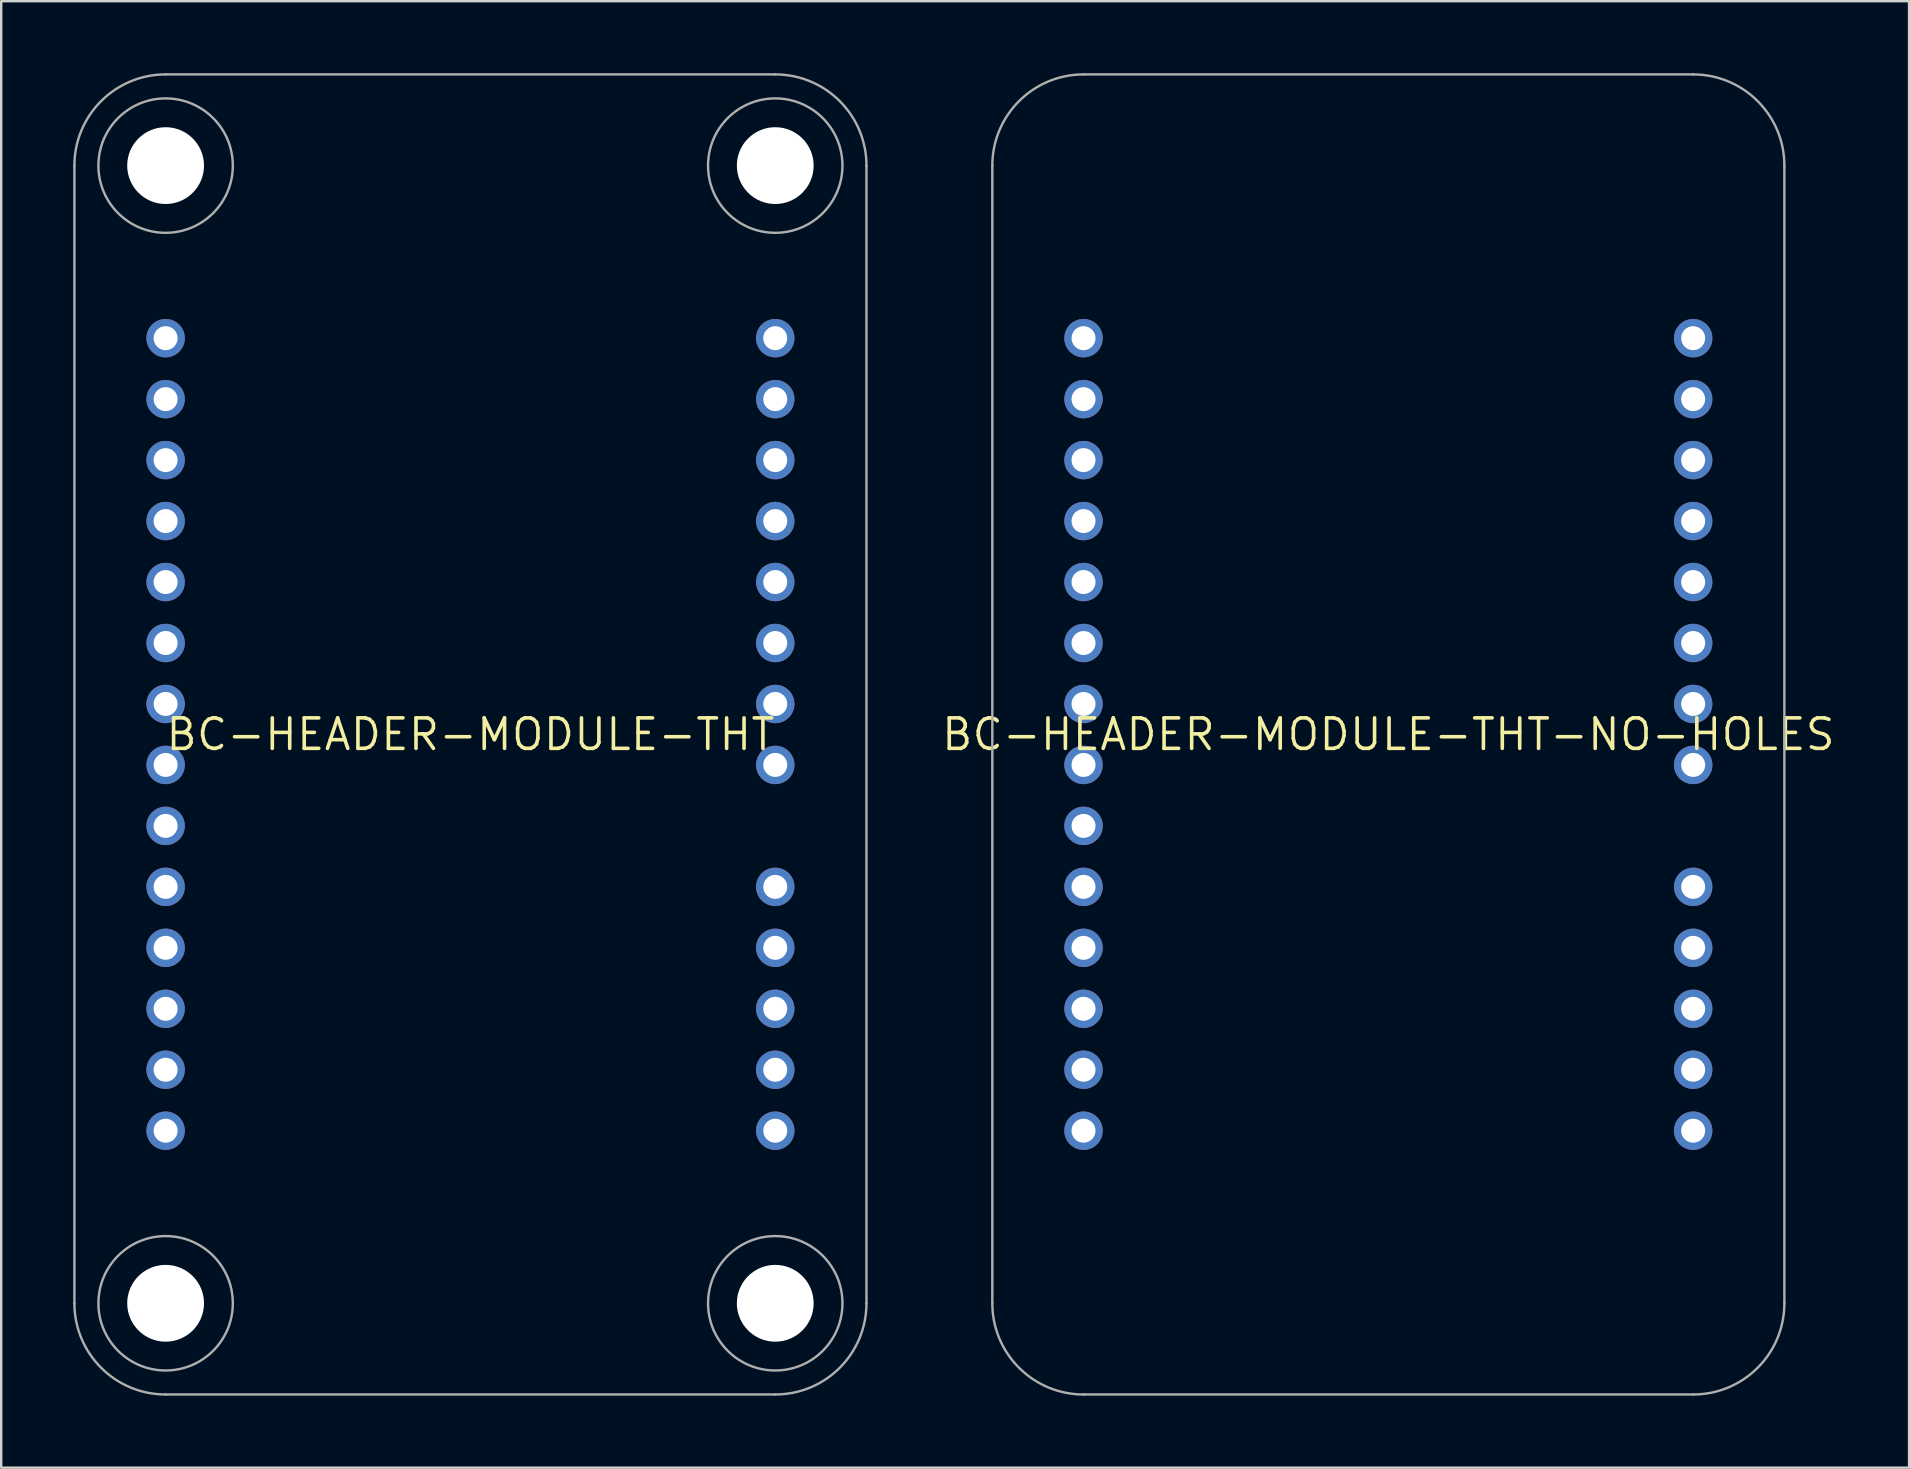
<source format=kicad_pcb>
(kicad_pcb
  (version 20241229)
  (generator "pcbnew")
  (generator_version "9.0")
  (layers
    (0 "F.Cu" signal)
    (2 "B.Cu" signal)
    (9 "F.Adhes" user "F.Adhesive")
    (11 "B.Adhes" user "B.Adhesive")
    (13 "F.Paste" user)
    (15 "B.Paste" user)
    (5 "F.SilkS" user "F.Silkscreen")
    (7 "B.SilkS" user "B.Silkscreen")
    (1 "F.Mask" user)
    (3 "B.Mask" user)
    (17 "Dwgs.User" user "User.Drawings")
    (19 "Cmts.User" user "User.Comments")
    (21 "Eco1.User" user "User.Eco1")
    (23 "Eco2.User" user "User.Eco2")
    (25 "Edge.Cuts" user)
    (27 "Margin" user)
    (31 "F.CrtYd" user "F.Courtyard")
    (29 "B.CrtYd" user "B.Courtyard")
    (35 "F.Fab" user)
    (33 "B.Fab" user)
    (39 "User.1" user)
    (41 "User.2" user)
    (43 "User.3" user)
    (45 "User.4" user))
  (footprint "BC-HEADER-MODULE-THT-NO-HOLES"
    (layer "F.Cu")
    (at 54.794 27.55)
    (property "Reference" "BC-HEADER-MODULE-THT-NO-HOLES" (at 0 0 0) (unlocked yes) (layer "F.SilkS") (effects (font (size 1.27 1.27) (thickness 0.15))))
    (fp_line (start -16.5 23.7) (end -16.5 -23.7) (stroke (width 0.1) (type solid)) (layer "F.Fab"))
    (fp_line (start -12.7 -27.5) (end 12.7 -27.5) (stroke (width 0.1) (type solid)) (layer "F.Fab"))
    (fp_line (start 12.7 27.5) (end -12.7 27.5) (stroke (width 0.1) (type solid)) (layer "F.Fab"))
    (fp_line (start 16.5 -23.7) (end 16.5 23.7) (stroke (width 0.1) (type solid)) (layer "F.Fab"))
    (fp_arc (start -16.5 -23.7) (mid -15.387006 -26.387006) (end -12.7 -27.5) (stroke (width 0.1) (type solid)) (layer "F.Fab"))
    (fp_arc (start -12.7 27.5) (mid -15.387006 26.387006) (end -16.5 23.7) (stroke (width 0.1) (type solid)) (layer "F.Fab"))
    (fp_arc (start 12.7 -27.5) (mid 15.387006 -26.387006) (end 16.5 -23.7) (stroke (width 0.1) (type solid)) (layer "F.Fab"))
    (fp_arc (start 16.5 23.7) (mid 15.387006 26.387006) (end 12.7 27.5) (stroke (width 0.1) (type solid)) (layer "F.Fab"))
    (pad "1" thru_hole circle (at -12.7 -16.51) (size 1.6 1.6) (drill 1) (layers "*.Cu" "*.Mask"))
    (pad "2" thru_hole circle (at -12.7 -13.97) (size 1.6 1.6) (drill 1) (layers "*.Cu" "*.Mask"))
    (pad "3" thru_hole circle (at -12.7 -11.43) (size 1.6 1.6) (drill 1) (layers "*.Cu" "*.Mask"))
    (pad "4" thru_hole circle (at -12.7 -8.89) (size 1.6 1.6) (drill 1) (layers "*.Cu" "*.Mask"))
    (pad "5" thru_hole circle (at -12.7 -6.35) (size 1.6 1.6) (drill 1) (layers "*.Cu" "*.Mask"))
    (pad "6" thru_hole circle (at -12.7 -3.81) (size 1.6 1.6) (drill 1) (layers "*.Cu" "*.Mask"))
    (pad "7" thru_hole circle (at -12.7 -1.27) (size 1.6 1.6) (drill 1) (layers "*.Cu" "*.Mask"))
    (pad "8" thru_hole circle (at -12.7 1.27) (size 1.6 1.6) (drill 1) (layers "*.Cu" "*.Mask"))
    (pad "9" thru_hole circle (at -12.7 3.81) (size 1.6 1.6) (drill 1) (layers "*.Cu" "*.Mask"))
    (pad "10" thru_hole circle (at -12.7 6.35) (size 1.6 1.6) (drill 1) (layers "*.Cu" "*.Mask"))
    (pad "11" thru_hole circle (at -12.7 8.89) (size 1.6 1.6) (drill 1) (layers "*.Cu" "*.Mask"))
    (pad "12" thru_hole circle (at -12.7 11.43) (size 1.6 1.6) (drill 1) (layers "*.Cu" "*.Mask"))
    (pad "13" thru_hole circle (at -12.7 13.97) (size 1.6 1.6) (drill 1) (layers "*.Cu" "*.Mask"))
    (pad "14" thru_hole circle (at -12.7 16.51) (size 1.6 1.6) (drill 1) (layers "*.Cu" "*.Mask"))
    (pad "15" thru_hole circle (at 12.7 16.51 180) (size 1.6 1.6) (drill 1) (layers "*.Cu" "*.Mask"))
    (pad "16" thru_hole circle (at 12.7 13.97 180) (size 1.6 1.6) (drill 1) (layers "*.Cu" "*.Mask"))
    (pad "17" thru_hole circle (at 12.7 11.43 180) (size 1.6 1.6) (drill 1) (layers "*.Cu" "*.Mask"))
    (pad "18" thru_hole circle (at 12.7 8.89 180) (size 1.6 1.6) (drill 1) (layers "*.Cu" "*.Mask"))
    (pad "19" thru_hole circle (at 12.7 6.35 180) (size 1.6 1.6) (drill 1) (layers "*.Cu" "*.Mask"))
    (pad "21" thru_hole circle (at 12.7 1.27 180) (size 1.6 1.6) (drill 1) (layers "*.Cu" "*.Mask"))
    (pad "22" thru_hole circle (at 12.7 -1.27 180) (size 1.6 1.6) (drill 1) (layers "*.Cu" "*.Mask"))
    (pad "23" thru_hole circle (at 12.7 -3.81 180) (size 1.6 1.6) (drill 1) (layers "*.Cu" "*.Mask"))
    (pad "24" thru_hole circle (at 12.7 -6.35 180) (size 1.6 1.6) (drill 1) (layers "*.Cu" "*.Mask"))
    (pad "25" thru_hole circle (at 12.7 -8.89 180) (size 1.6 1.6) (drill 1) (layers "*.Cu" "*.Mask"))
    (pad "26" thru_hole circle (at 12.7 -11.43 180) (size 1.6 1.6) (drill 1) (layers "*.Cu" "*.Mask"))
    (pad "27" thru_hole circle (at 12.7 -13.97 180) (size 1.6 1.6) (drill 1) (layers "*.Cu" "*.Mask"))
    (pad "28" thru_hole circle (at 12.7 -16.51 180) (size 1.6 1.6) (drill 1) (layers "*.Cu" "*.Mask")))
  (footprint "BC-HEADER-MODULE-THT"
    (layer "F.Cu")
    (at 16.55 27.55)
    (property "Reference" "BC-HEADER-MODULE-THT" (at 0 0 0) (unlocked yes) (layer "F.SilkS") (effects (font (size 1.27 1.27) (thickness 0.15))))
    (fp_line (start -16.5 23.7) (end -16.5 -23.7) (stroke (width 0.1) (type solid)) (layer "F.Fab"))
    (fp_line (start -12.7 -27.5) (end 12.7 -27.5) (stroke (width 0.1) (type solid)) (layer "F.Fab"))
    (fp_line (start 12.7 27.5) (end -12.7 27.5) (stroke (width 0.1) (type solid)) (layer "F.Fab"))
    (fp_line (start 16.5 -23.7) (end 16.5 23.7) (stroke (width 0.1) (type solid)) (layer "F.Fab"))
    (fp_arc (start -16.5 -23.7) (mid -15.387006 -26.387006) (end -12.7 -27.5) (stroke (width 0.1) (type solid)) (layer "F.Fab"))
    (fp_arc (start -12.7 27.5) (mid -15.387006 26.387006) (end -16.5 23.7) (stroke (width 0.1) (type solid)) (layer "F.Fab"))
    (fp_arc (start 12.7 -27.5) (mid 15.387006 -26.387006) (end 16.5 -23.7) (stroke (width 0.1) (type solid)) (layer "F.Fab"))
    (fp_arc (start 16.5 23.7) (mid 15.387006 26.387006) (end 12.7 27.5) (stroke (width 0.1) (type solid)) (layer "F.Fab"))
    (fp_circle (center -12.7 -23.7) (end -9.9 -23.7) (stroke (width 0.1) (type solid)) (fill no) (layer "F.Fab"))
    (fp_circle (center -12.7 23.7) (end -9.9 23.7) (stroke (width 0.1) (type solid)) (fill no) (layer "F.Fab"))
    (fp_circle (center 12.7 -23.7) (end 15.5 -23.7) (stroke (width 0.1) (type solid)) (fill no) (layer "F.Fab"))
    (fp_circle (center 12.7 23.7) (end 15.5 23.7) (stroke (width 0.1) (type solid)) (fill no) (layer "F.Fab"))
    (pad "" np_thru_hole circle (at -12.7 -23.7) (size 3.2 3.2) (drill 3.2) (layers "*.Cu" "*.Mask"))
    (pad "" np_thru_hole circle (at -12.7 23.7) (size 3.2 3.2) (drill 3.2) (layers "*.Cu" "*.Mask"))
    (pad "" np_thru_hole circle (at 12.7 -23.7) (size 3.2 3.2) (drill 3.2) (layers "*.Cu" "*.Mask"))
    (pad "" np_thru_hole circle (at 12.7 23.7) (size 3.2 3.2) (drill 3.2) (layers "*.Cu" "*.Mask"))
    (pad "1" thru_hole circle (at -12.7 -16.51) (size 1.6 1.6) (drill 1) (layers "*.Cu" "*.Mask"))
    (pad "2" thru_hole circle (at -12.7 -13.97) (size 1.6 1.6) (drill 1) (layers "*.Cu" "*.Mask"))
    (pad "3" thru_hole circle (at -12.7 -11.43) (size 1.6 1.6) (drill 1) (layers "*.Cu" "*.Mask"))
    (pad "4" thru_hole circle (at -12.7 -8.89) (size 1.6 1.6) (drill 1) (layers "*.Cu" "*.Mask"))
    (pad "5" thru_hole circle (at -12.7 -6.35) (size 1.6 1.6) (drill 1) (layers "*.Cu" "*.Mask"))
    (pad "6" thru_hole circle (at -12.7 -3.81) (size 1.6 1.6) (drill 1) (layers "*.Cu" "*.Mask"))
    (pad "7" thru_hole circle (at -12.7 -1.27) (size 1.6 1.6) (drill 1) (layers "*.Cu" "*.Mask"))
    (pad "8" thru_hole circle (at -12.7 1.27) (size 1.6 1.6) (drill 1) (layers "*.Cu" "*.Mask"))
    (pad "9" thru_hole circle (at -12.7 3.81) (size 1.6 1.6) (drill 1) (layers "*.Cu" "*.Mask"))
    (pad "10" thru_hole circle (at -12.7 6.35) (size 1.6 1.6) (drill 1) (layers "*.Cu" "*.Mask"))
    (pad "11" thru_hole circle (at -12.7 8.89) (size 1.6 1.6) (drill 1) (layers "*.Cu" "*.Mask"))
    (pad "12" thru_hole circle (at -12.7 11.43) (size 1.6 1.6) (drill 1) (layers "*.Cu" "*.Mask"))
    (pad "13" thru_hole circle (at -12.7 13.97) (size 1.6 1.6) (drill 1) (layers "*.Cu" "*.Mask"))
    (pad "14" thru_hole circle (at -12.7 16.51) (size 1.6 1.6) (drill 1) (layers "*.Cu" "*.Mask"))
    (pad "15" thru_hole circle (at 12.7 16.51 180) (size 1.6 1.6) (drill 1) (layers "*.Cu" "*.Mask"))
    (pad "16" thru_hole circle (at 12.7 13.97 180) (size 1.6 1.6) (drill 1) (layers "*.Cu" "*.Mask"))
    (pad "17" thru_hole circle (at 12.7 11.43 180) (size 1.6 1.6) (drill 1) (layers "*.Cu" "*.Mask"))
    (pad "18" thru_hole circle (at 12.7 8.89 180) (size 1.6 1.6) (drill 1) (layers "*.Cu" "*.Mask"))
    (pad "19" thru_hole circle (at 12.7 6.35 180) (size 1.6 1.6) (drill 1) (layers "*.Cu" "*.Mask"))
    (pad "21" thru_hole circle (at 12.7 1.27 180) (size 1.6 1.6) (drill 1) (layers "*.Cu" "*.Mask"))
    (pad "22" thru_hole circle (at 12.7 -1.27 180) (size 1.6 1.6) (drill 1) (layers "*.Cu" "*.Mask"))
    (pad "23" thru_hole circle (at 12.7 -3.81 180) (size 1.6 1.6) (drill 1) (layers "*.Cu" "*.Mask"))
    (pad "24" thru_hole circle (at 12.7 -6.35 180) (size 1.6 1.6) (drill 1) (layers "*.Cu" "*.Mask"))
    (pad "25" thru_hole circle (at 12.7 -8.89 180) (size 1.6 1.6) (drill 1) (layers "*.Cu" "*.Mask"))
    (pad "26" thru_hole circle (at 12.7 -11.43 180) (size 1.6 1.6) (drill 1) (layers "*.Cu" "*.Mask"))
    (pad "27" thru_hole circle (at 12.7 -13.97 180) (size 1.6 1.6) (drill 1) (layers "*.Cu" "*.Mask"))
    (pad "28" thru_hole circle (at 12.7 -16.51 180) (size 1.6 1.6) (drill 1) (layers "*.Cu" "*.Mask"))
    (zone (net_name "") (layer "F.Cu") (hatch edge 0.5) (connect_pads) (min_thickness 0.25) (filled_areas_thickness no) (keepout (tracks not_allowed) (vias not_allowed) (pads not_allowed) (copperpour not_allowed) (footprints allowed)) (placement (enabled no)) (fill) (polygon (pts (xy 0.15 48.15) (xy 3.85 48.15) (xy 4.197 48.169) (xy 4.54 48.228) (xy 4.874 48.324) (xy 5.195 48.457) (xy 5.499 48.625) (xy 5.783 48.826) (xy 6.042 49.058) (xy 6.274 49.317) (xy 6.475 49.601) (xy 6.643 49.905) (xy 6.776 50.226) (xy 6.872 50.56) (xy 6.95 51.25) (xy 6.95 54.95) (xy 3.85 54.95) (xy 3.463 54.93) (xy 3.081 54.869) (xy 2.707 54.769) (xy 2.345 54.63) (xy 2 54.454) (xy 1.675 54.243) (xy 1.374 54) (xy 1.1 53.726) (xy 0.857 53.425) (xy 0.646 53.1) (xy 0.47 52.755) (xy 0.331 52.393) (xy 0.231 52.019) (xy 0.15 51.25))))
    (zone (net_name "") (layer "F.Cu") (hatch edge 0.5) (connect_pads) (min_thickness 0.25) (filled_areas_thickness no) (keepout (tracks not_allowed) (vias not_allowed) (pads not_allowed) (copperpour not_allowed) (footprints allowed)) (placement (enabled no)) (fill) (polygon (pts (xy 6.95 0.15) (xy 6.95 3.85) (xy 6.931 4.197) (xy 6.872 4.54) (xy 6.776 4.874) (xy 6.643 5.195) (xy 6.475 5.499) (xy 6.274 5.783) (xy 6.042 6.042) (xy 5.783 6.274) (xy 5.499 6.475) (xy 5.195 6.643) (xy 4.874 6.776) (xy 4.54 6.872) (xy 3.85 6.95) (xy 0.15 6.95) (xy 0.15 3.85) (xy 0.17 3.463) (xy 0.231 3.081) (xy 0.331 2.707) (xy 0.47 2.345) (xy 0.646 2) (xy 0.857 1.675) (xy 1.1 1.374) (xy 1.374 1.1) (xy 1.675 0.857) (xy 2 0.646) (xy 2.345 0.47) (xy 2.707 0.331) (xy 3.081 0.231) (xy 3.85 0.15))))
    (zone (net_name "") (layer "F.Cu") (hatch edge 0.5) (connect_pads) (min_thickness 0.25) (filled_areas_thickness no) (keepout (tracks not_allowed) (vias not_allowed) (pads not_allowed) (copperpour not_allowed) (footprints allowed)) (placement (enabled no)) (fill) (polygon (pts (xy 26.15 54.95) (xy 26.15 51.25) (xy 26.169 50.903) (xy 26.228 50.56) (xy 26.324 50.226) (xy 26.457 49.905) (xy 26.625 49.601) (xy 26.826 49.317) (xy 27.058 49.058) (xy 27.317 48.826) (xy 27.601 48.625) (xy 27.905 48.457) (xy 28.226 48.324) (xy 28.56 48.228) (xy 29.25 48.15) (xy 32.95 48.15) (xy 32.95 51.25) (xy 32.93 51.637) (xy 32.869 52.019) (xy 32.769 52.393) (xy 32.63 52.755) (xy 32.454 53.1) (xy 32.243 53.425) (xy 32 53.726) (xy 31.726 54) (xy 31.425 54.243) (xy 31.1 54.454) (xy 30.755 54.63) (xy 30.393 54.769) (xy 30.019 54.869) (xy 29.637 54.93) (xy 29.25 54.95))))
    (zone (net_name "") (layer "F.Cu") (hatch edge 0.5) (connect_pads) (min_thickness 0.25) (filled_areas_thickness no) (keepout (tracks not_allowed) (vias not_allowed) (pads not_allowed) (copperpour not_allowed) (footprints allowed)) (placement (enabled no)) (fill) (polygon (pts (xy 32.95 6.95) (xy 29.25 6.95) (xy 28.903 6.931) (xy 28.56 6.872) (xy 28.226 6.776) (xy 27.905 6.643) (xy 27.601 6.475) (xy 27.317 6.274) (xy 27.058 6.042) (xy 26.826 5.783) (xy 26.625 5.499) (xy 26.457 5.195) (xy 26.324 4.874) (xy 26.228 4.54) (xy 26.15 3.85) (xy 26.15 0.15) (xy 29.25 0.15) (xy 29.637 0.17) (xy 30.019 0.231) (xy 30.393 0.331) (xy 30.755 0.47) (xy 31.1 0.646) (xy 31.425 0.857) (xy 31.726 1.1) (xy 32 1.374) (xy 32.243 1.675) (xy 32.454 2) (xy 32.63 2.345) (xy 32.769 2.707) (xy 32.869 3.081) (xy 32.93 3.463) (xy 32.95 3.85))))
    (zone (net_name "") (layer "B.Cu") (hatch edge 0.5) (connect_pads) (min_thickness 0.25) (filled_areas_thickness no) (keepout (tracks not_allowed) (vias not_allowed) (pads not_allowed) (copperpour not_allowed) (footprints allowed)) (placement (enabled no)) (fill) (polygon (pts (xy 0.15 48.15) (xy 3.85 48.15) (xy 4.197 48.169) (xy 4.54 48.228) (xy 4.874 48.324) (xy 5.195 48.457) (xy 5.499 48.625) (xy 5.783 48.826) (xy 6.042 49.058) (xy 6.274 49.317) (xy 6.475 49.601) (xy 6.643 49.905) (xy 6.776 50.226) (xy 6.872 50.56) (xy 6.95 51.25) (xy 6.95 54.95) (xy 3.85 54.95) (xy 3.463 54.93) (xy 3.081 54.869) (xy 2.707 54.769) (xy 2.345 54.63) (xy 2 54.454) (xy 1.675 54.243) (xy 1.374 54) (xy 1.1 53.726) (xy 0.857 53.425) (xy 0.646 53.1) (xy 0.47 52.755) (xy 0.331 52.393) (xy 0.231 52.019) (xy 0.15 51.25))))
    (zone (net_name "") (layer "B.Cu") (hatch edge 0.5) (connect_pads) (min_thickness 0.25) (filled_areas_thickness no) (keepout (tracks not_allowed) (vias not_allowed) (pads not_allowed) (copperpour not_allowed) (footprints allowed)) (placement (enabled no)) (fill) (polygon (pts (xy 6.95 0.15) (xy 6.95 3.85) (xy 6.931 4.197) (xy 6.872 4.54) (xy 6.776 4.874) (xy 6.643 5.195) (xy 6.475 5.499) (xy 6.274 5.783) (xy 6.042 6.042) (xy 5.783 6.274) (xy 5.499 6.475) (xy 5.195 6.643) (xy 4.874 6.776) (xy 4.54 6.872) (xy 3.85 6.95) (xy 0.15 6.95) (xy 0.15 3.85) (xy 0.17 3.463) (xy 0.231 3.081) (xy 0.331 2.707) (xy 0.47 2.345) (xy 0.646 2) (xy 0.857 1.675) (xy 1.1 1.374) (xy 1.374 1.1) (xy 1.675 0.857) (xy 2 0.646) (xy 2.345 0.47) (xy 2.707 0.331) (xy 3.081 0.231) (xy 3.85 0.15))))
    (zone (net_name "") (layer "B.Cu") (hatch edge 0.5) (connect_pads) (min_thickness 0.25) (filled_areas_thickness no) (keepout (tracks not_allowed) (vias not_allowed) (pads not_allowed) (copperpour not_allowed) (footprints allowed)) (placement (enabled no)) (fill) (polygon (pts (xy 26.15 54.95) (xy 26.15 51.25) (xy 26.169 50.903) (xy 26.228 50.56) (xy 26.324 50.226) (xy 26.457 49.905) (xy 26.625 49.601) (xy 26.826 49.317) (xy 27.058 49.058) (xy 27.317 48.826) (xy 27.601 48.625) (xy 27.905 48.457) (xy 28.226 48.324) (xy 28.56 48.228) (xy 29.25 48.15) (xy 32.95 48.15) (xy 32.95 51.25) (xy 32.93 51.637) (xy 32.869 52.019) (xy 32.769 52.393) (xy 32.63 52.755) (xy 32.454 53.1) (xy 32.243 53.425) (xy 32 53.726) (xy 31.726 54) (xy 31.425 54.243) (xy 31.1 54.454) (xy 30.755 54.63) (xy 30.393 54.769) (xy 30.019 54.869) (xy 29.637 54.93) (xy 29.25 54.95))))
    (zone (net_name "") (layer "B.Cu") (hatch edge 0.5) (connect_pads) (min_thickness 0.25) (filled_areas_thickness no) (keepout (tracks not_allowed) (vias not_allowed) (pads not_allowed) (copperpour not_allowed) (footprints allowed)) (placement (enabled no)) (fill) (polygon (pts (xy 32.95 6.95) (xy 29.25 6.95) (xy 28.903 6.931) (xy 28.56 6.872) (xy 28.226 6.776) (xy 27.905 6.643) (xy 27.601 6.475) (xy 27.317 6.274) (xy 27.058 6.042) (xy 26.826 5.783) (xy 26.625 5.499) (xy 26.457 5.195) (xy 26.324 4.874) (xy 26.228 4.54) (xy 26.15 3.85) (xy 26.15 0.15) (xy 29.25 0.15) (xy 29.637 0.17) (xy 30.019 0.231) (xy 30.393 0.331) (xy 30.755 0.47) (xy 31.1 0.646) (xy 31.425 0.857) (xy 31.726 1.1) (xy 32 1.374) (xy 32.243 1.675) (xy 32.454 2) (xy 32.63 2.345) (xy 32.769 2.707) (xy 32.869 3.081) (xy 32.93 3.463) (xy 32.95 3.85)))))
  (gr_rect
    (start -3 -3)
    (end 76.489 58.1)
    (stroke (width 0.1) (type default))
    (fill no)
    (layer "Edge.Cuts")))
</source>
